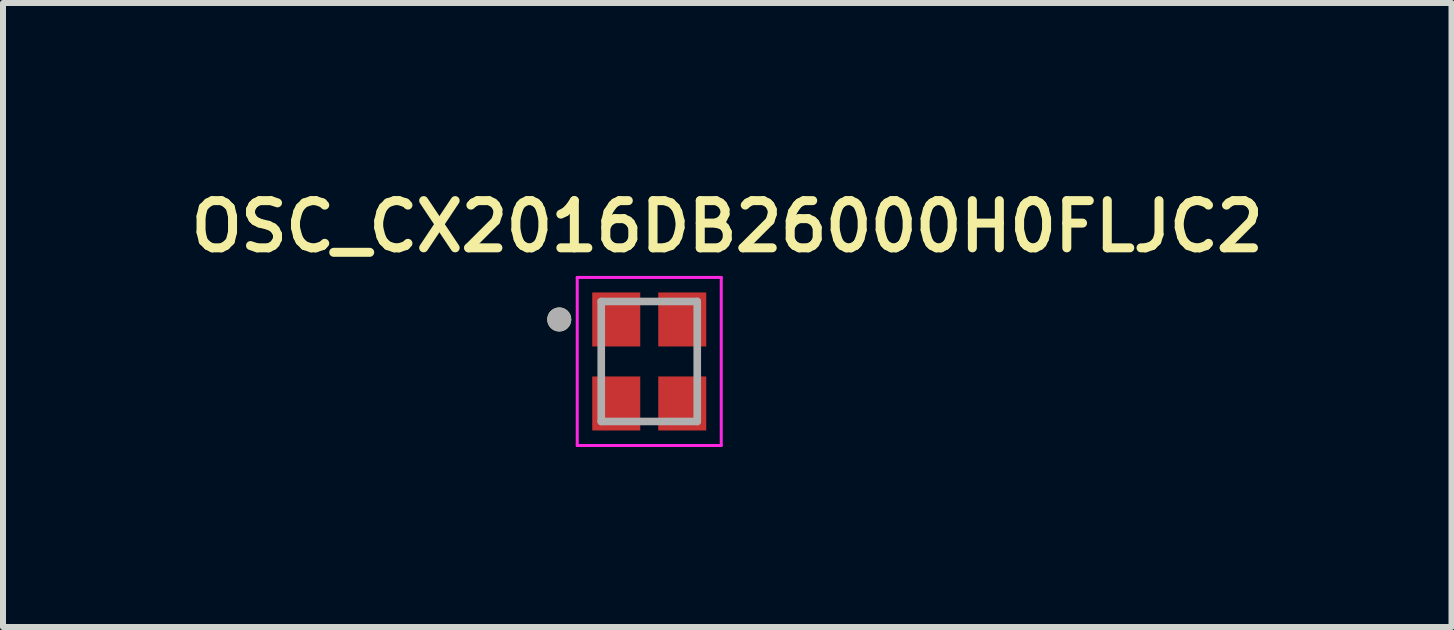
<source format=kicad_pcb>
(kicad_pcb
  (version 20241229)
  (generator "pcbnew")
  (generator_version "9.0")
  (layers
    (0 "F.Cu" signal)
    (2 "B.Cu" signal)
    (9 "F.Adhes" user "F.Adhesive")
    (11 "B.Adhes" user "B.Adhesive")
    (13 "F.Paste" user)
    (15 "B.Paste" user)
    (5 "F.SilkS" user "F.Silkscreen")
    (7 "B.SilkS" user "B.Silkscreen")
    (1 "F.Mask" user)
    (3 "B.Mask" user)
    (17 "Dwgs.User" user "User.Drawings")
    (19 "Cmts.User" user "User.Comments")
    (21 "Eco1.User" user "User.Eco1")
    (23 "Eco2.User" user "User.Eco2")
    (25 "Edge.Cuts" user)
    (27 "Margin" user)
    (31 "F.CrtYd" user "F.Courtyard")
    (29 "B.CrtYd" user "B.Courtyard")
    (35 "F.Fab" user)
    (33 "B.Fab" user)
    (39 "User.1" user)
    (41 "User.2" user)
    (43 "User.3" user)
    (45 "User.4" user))
  (footprint "OSC_CX2016DB26000H0FLJC2"
    (layer "F.Cu")
    (at 7.77 2.974)
    (property "Reference" "OSC_CX2016DB26000H0FLJC2" (at 1.3 -2.25 0) (layer "F.SilkS") (effects (font (size 0.787 0.787) (thickness 0.15))))
    (attr smd)
    (fp_circle (center -1.5 -0.7) (end -1.4 -0.7) (stroke (width 0.2) (type solid)) (fill no) (layer "F.SilkS"))
    (fp_line (start -1.2 -1.4) (end -1.2 1.4) (stroke (width 0.05) (type solid)) (layer "F.CrtYd"))
    (fp_line (start -1.2 1.4) (end 1.2 1.4) (stroke (width 0.05) (type solid)) (layer "F.CrtYd"))
    (fp_line (start 1.2 -1.4) (end -1.2 -1.4) (stroke (width 0.05) (type solid)) (layer "F.CrtYd"))
    (fp_line (start 1.2 1.4) (end 1.2 -1.4) (stroke (width 0.05) (type solid)) (layer "F.CrtYd"))
    (fp_line (start -0.8 -1) (end 0.8 -1) (stroke (width 0.127) (type solid)) (layer "F.Fab"))
    (fp_line (start -0.8 1) (end -0.8 -1) (stroke (width 0.127) (type solid)) (layer "F.Fab"))
    (fp_line (start 0.8 -1) (end 0.8 1) (stroke (width 0.127) (type solid)) (layer "F.Fab"))
    (fp_line (start 0.8 1) (end -0.8 1) (stroke (width 0.127) (type solid)) (layer "F.Fab"))
    (fp_circle (center -1.5 -0.7) (end -1.4 -0.7) (stroke (width 0.2) (type solid)) (fill no) (layer "F.Fab"))
    (pad "1" smd rect (at -0.55 -0.7) (size 0.8 0.9) (layers "F.Cu" "F.Mask" "F.Paste"))
    (pad "2" smd rect (at -0.55 0.7) (size 0.8 0.9) (layers "F.Cu" "F.Mask" "F.Paste"))
    (pad "3" smd rect (at 0.55 0.7) (size 0.8 0.9) (layers "F.Cu" "F.Mask" "F.Paste"))
    (pad "4" smd rect (at 0.55 -0.7) (size 0.8 0.9) (layers "F.Cu" "F.Mask" "F.Paste")))
  (gr_rect
    (start -3 -3)
    (end 21.14 7.399)
    (stroke (width 0.1) (type default))
    (fill no)
    (layer "Edge.Cuts")))
</source>
